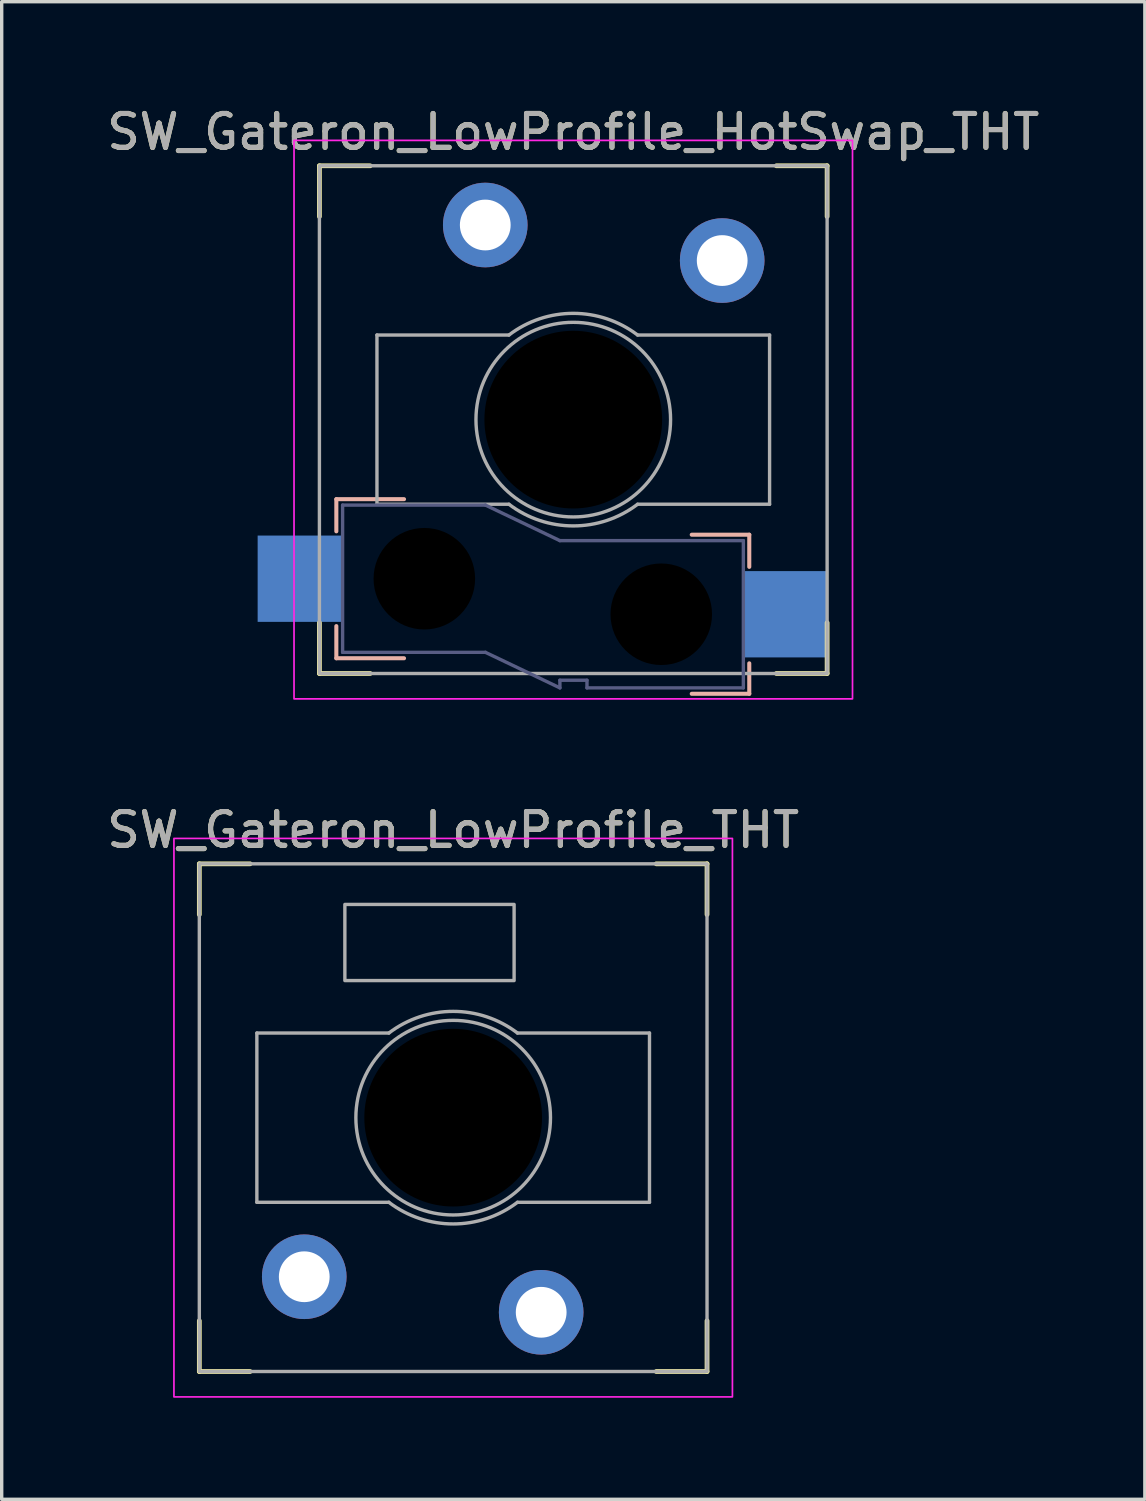
<source format=kicad_pcb>
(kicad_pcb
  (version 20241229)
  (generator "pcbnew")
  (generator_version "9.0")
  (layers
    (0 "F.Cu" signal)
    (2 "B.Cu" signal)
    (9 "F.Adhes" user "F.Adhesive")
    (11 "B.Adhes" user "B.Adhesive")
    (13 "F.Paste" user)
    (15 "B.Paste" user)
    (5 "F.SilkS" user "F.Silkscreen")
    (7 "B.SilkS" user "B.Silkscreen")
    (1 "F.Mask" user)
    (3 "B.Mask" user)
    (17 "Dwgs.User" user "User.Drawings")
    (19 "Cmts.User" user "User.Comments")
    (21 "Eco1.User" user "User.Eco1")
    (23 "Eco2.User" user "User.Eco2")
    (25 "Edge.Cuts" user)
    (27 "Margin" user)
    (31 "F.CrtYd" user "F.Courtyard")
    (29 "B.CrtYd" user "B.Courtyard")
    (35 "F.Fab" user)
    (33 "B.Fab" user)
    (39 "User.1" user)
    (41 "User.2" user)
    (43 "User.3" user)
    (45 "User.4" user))
  (footprint "SW_Gateron_LowProfile_THT"
    (layer "F.Cu")
    (at 10.339 29.971)
    (property "Reference" "SW_Gateron_LowProfile_THT" (at 0 -8.5 0) (unlocked yes) (layer "F.SilkS") (effects (font (size 1 1) (thickness 0.15))))
    (attr through_hole)
    (fp_line (start -7.5 -7.5) (end -7.5 -6) (stroke (width 0.14) (type solid)) (layer "F.SilkS"))
    (fp_line (start -7.5 -7.5) (end -6 -7.5) (stroke (width 0.14) (type solid)) (layer "F.SilkS"))
    (fp_line (start -7.5 7.5) (end -7.5 6) (stroke (width 0.14) (type solid)) (layer "F.SilkS"))
    (fp_line (start -7.5 7.5) (end -6 7.5) (stroke (width 0.14) (type solid)) (layer "F.SilkS"))
    (fp_line (start 7.5 -7.5) (end 6 -7.5) (stroke (width 0.14) (type solid)) (layer "F.SilkS"))
    (fp_line (start 7.5 -7.5) (end 7.5 -6) (stroke (width 0.14) (type solid)) (layer "F.SilkS"))
    (fp_line (start 7.5 7.5) (end 6 7.5) (stroke (width 0.14) (type solid)) (layer "F.SilkS"))
    (fp_line (start 7.5 7.5) (end 7.5 6) (stroke (width 0.14) (type solid)) (layer "F.SilkS"))
    (fp_rect (start -8.25 8.25) (end 8.25 -8.25) (stroke (width 0.05) (type solid)) (fill no) (layer "F.CrtYd"))
    (fp_line (start -5.8 -2.5) (end -1.9 -2.5) (stroke (width 0.1) (type default)) (layer "F.Fab"))
    (fp_line (start -5.8 2.5) (end -5.8 -2.5) (stroke (width 0.1) (type default)) (layer "F.Fab"))
    (fp_line (start -1.9 2.5) (end -5.8 2.5) (stroke (width 0.1) (type default)) (layer "F.Fab"))
    (fp_line (start 1.9 -2.5) (end 5.8 -2.5) (stroke (width 0.1) (type default)) (layer "F.Fab"))
    (fp_line (start 5.8 -2.5) (end 5.8 2.5) (stroke (width 0.1) (type default)) (layer "F.Fab"))
    (fp_line (start 5.8 2.5) (end 1.9 2.5) (stroke (width 0.1) (type default)) (layer "F.Fab"))
    (fp_rect (start -7.5 7.5) (end 7.5 -7.5) (stroke (width 0.1) (type solid)) (fill no) (layer "F.Fab"))
    (fp_rect (start -3.2 -6.3) (end 1.8 -4.05) (stroke (width 0.1) (type default)) (fill no) (layer "F.Fab"))
    (fp_arc (start -1.9 -2.499999) (mid 0 -3.140063) (end 1.9 -2.499999) (stroke (width 0.1) (type default)) (layer "F.Fab"))
    (fp_arc (start 1.9 2.499999) (mid 0 3.140063) (end -1.9 2.499999) (stroke (width 0.1) (type default)) (layer "F.Fab"))
    (fp_circle (center 0 0) (end 2.875 0) (stroke (width 0.1) (type default)) (fill no) (layer "F.Fab"))
    (fp_poly (pts (xy -2.05 -0.64) (xy -0.6 -0.64) (xy -0.6 -2) (xy 0.5 -2) (xy 0.5 -0.64) (xy 1.95 -0.64) (xy 1.95 0.64) (xy 0.5 0.64) (xy 0.5 2) (xy -0.6 2) (xy -0.6 0.64) (xy -2.05 0.64)) (stroke (width 0.1) (type solid)) (fill no) (layer "F.Fab"))
    (fp_text user "${REFERENCE}" (at 0 -8.5 0) (unlocked yes) (layer "F.Fab") (effects (font (size 1 1) (thickness 0.15))))
    (pad "" np_thru_hole circle (at 0 0 180) (size 5.25 5.25) (drill 5.25) (layers "*.Mask"))
    (pad "1" thru_hole circle (at -4.4 4.7 180) (size 2.5 2.5) (drill 1.5) (layers "*.Cu" "B.Mask"))
    (pad "2" thru_hole circle (at 2.6 5.75 180) (size 2.5 2.5) (drill 1.5) (layers "*.Cu" "B.Mask")))
  (footprint "SW_Gateron_LowProfile_HotSwap_THT"
    (layer "F.Cu")
    (at 13.887 9.348)
    (property "Reference" "SW_Gateron_LowProfile_HotSwap_THT" (at 0 -8.5 0) (unlocked yes) (layer "F.SilkS") (effects (font (size 1 1) (thickness 0.15))))
    (attr through_hole)
    (fp_line (start -7.5 -7.5) (end -7.5 -6) (stroke (width 0.14) (type solid)) (layer "F.SilkS"))
    (fp_line (start -7.5 -7.5) (end -6 -7.5) (stroke (width 0.14) (type solid)) (layer "F.SilkS"))
    (fp_line (start -7.5 7.5) (end -7.5 6) (stroke (width 0.14) (type solid)) (layer "F.SilkS"))
    (fp_line (start -7.5 7.5) (end -6 7.5) (stroke (width 0.14) (type solid)) (layer "F.SilkS"))
    (fp_line (start 7.5 -7.5) (end 6 -7.5) (stroke (width 0.14) (type solid)) (layer "F.SilkS"))
    (fp_line (start 7.5 -7.5) (end 7.5 -6) (stroke (width 0.14) (type solid)) (layer "F.SilkS"))
    (fp_line (start 7.5 7.5) (end 6 7.5) (stroke (width 0.14) (type solid)) (layer "F.SilkS"))
    (fp_line (start 7.5 7.5) (end 7.5 6) (stroke (width 0.14) (type solid)) (layer "F.SilkS"))
    (fp_line (start -7 2.35) (end -7 3.3) (stroke (width 0.12) (type solid)) (layer "B.SilkS"))
    (fp_line (start -7 2.35) (end -5 2.35) (stroke (width 0.12) (type solid)) (layer "B.SilkS"))
    (fp_line (start -7 7.05) (end -7 6.1) (stroke (width 0.12) (type solid)) (layer "B.SilkS"))
    (fp_line (start -7 7.05) (end -5 7.05) (stroke (width 0.12) (type solid)) (layer "B.SilkS"))
    (fp_line (start 5.2 3.4) (end 3.5 3.4) (stroke (width 0.12) (type solid)) (layer "B.SilkS"))
    (fp_line (start 5.2 3.4) (end 5.2 4.35) (stroke (width 0.12) (type solid)) (layer "B.SilkS"))
    (fp_line (start 5.2 8.1) (end 3.5 8.1) (stroke (width 0.12) (type solid)) (layer "B.SilkS"))
    (fp_line (start 5.2 8.1) (end 5.2 7.2) (stroke (width 0.12) (type solid)) (layer "B.SilkS"))
    (fp_rect (start 8.25 -8.25) (end -8.25 8.25) (stroke (width 0.05) (type solid)) (fill no) (layer "F.CrtYd"))
    (fp_line (start -6.815 2.525) (end -6.815 6.875) (stroke (width 0.1) (type solid)) (layer "B.Fab"))
    (fp_line (start -6.815 2.525) (end -2.595 2.525) (stroke (width 0.1) (type solid)) (layer "B.Fab"))
    (fp_line (start -6.815 6.875) (end -2.595 6.875) (stroke (width 0.1) (type solid)) (layer "B.Fab"))
    (fp_line (start -2.595 2.525) (end -0.395 3.575) (stroke (width 0.1) (type solid)) (layer "B.Fab"))
    (fp_line (start -2.595 6.875) (end -0.395 7.925) (stroke (width 0.1) (type solid)) (layer "B.Fab"))
    (fp_line (start -0.395 7.7) (end -0.395 7.925) (stroke (width 0.1) (type solid)) (layer "B.Fab"))
    (fp_line (start 0.405 7.7) (end -0.395 7.7) (stroke (width 0.1) (type solid)) (layer "B.Fab"))
    (fp_line (start 0.405 7.925) (end 0.405 7.7) (stroke (width 0.1) (type solid)) (layer "B.Fab"))
    (fp_line (start 5.025 3.575) (end -0.395 3.575) (stroke (width 0.1) (type solid)) (layer "B.Fab"))
    (fp_line (start 5.025 3.575) (end 5.025 7.925) (stroke (width 0.1) (type solid)) (layer "B.Fab"))
    (fp_line (start 5.025 7.925) (end 0.405 7.925) (stroke (width 0.1) (type solid)) (layer "B.Fab"))
    (fp_line (start -5.8 -2.5) (end -1.9 -2.5) (stroke (width 0.1) (type default)) (layer "F.Fab"))
    (fp_line (start -5.8 2.5) (end -5.8 -2.5) (stroke (width 0.1) (type default)) (layer "F.Fab"))
    (fp_line (start -1.9 2.5) (end -5.8 2.5) (stroke (width 0.1) (type default)) (layer "F.Fab"))
    (fp_line (start 1.9 -2.5) (end 5.8 -2.5) (stroke (width 0.1) (type default)) (layer "F.Fab"))
    (fp_line (start 5.8 -2.5) (end 5.8 2.5) (stroke (width 0.1) (type default)) (layer "F.Fab"))
    (fp_line (start 5.8 2.5) (end 1.9 2.5) (stroke (width 0.1) (type default)) (layer "F.Fab"))
    (fp_rect (start 7.5 -7.5) (end -7.5 7.5) (stroke (width 0.1) (type solid)) (fill no) (layer "F.Fab"))
    (fp_arc (start -1.9 -2.499999) (mid 0 -3.140063) (end 1.9 -2.499999) (stroke (width 0.1) (type default)) (layer "F.Fab"))
    (fp_arc (start 1.9 2.499999) (mid 0 3.140063) (end -1.9 2.499999) (stroke (width 0.1) (type default)) (layer "F.Fab"))
    (fp_circle (center 0 0) (end 2.875 0) (stroke (width 0.1) (type default)) (fill no) (layer "F.Fab"))
    (fp_poly (pts (xy -2.05 -0.64) (xy -0.6 -0.64) (xy -0.6 -2) (xy 0.5 -2) (xy 0.5 -0.64) (xy 1.95 -0.64) (xy 1.95 0.64) (xy 0.5 0.64) (xy 0.5 2) (xy -0.6 2) (xy -0.6 0.64) (xy -2.05 0.64)) (stroke (width 0.1) (type solid)) (fill no) (layer "F.Fab"))
    (fp_text user "${REFERENCE}" (at 0 -8.5 0) (unlocked yes) (layer "F.Fab") (effects (font (size 1 1) (thickness 0.15))))
    (pad "" np_thru_hole circle (at -4.4 4.7) (size 3 3) (drill 3) (layers "*.Mask"))
    (pad "" np_thru_hole circle (at 0 0) (size 5.25 5.25) (drill 5.25) (layers "*.Mask"))
    (pad "" np_thru_hole circle (at 2.6 5.75) (size 3 3) (drill 3) (layers "*.Mask"))
    (pad "1" smd rect (at -8.075 4.7) (size 2.5 2.55) (layers "B.Cu" "B.Mask" "B.Paste"))
    (pad "1" thru_hole circle (at -2.6 -5.75) (size 2.5 2.5) (drill 1.5) (layers "*.Cu" "B.Mask"))
    (pad "2" thru_hole circle (at 4.4 -4.7) (size 2.5 2.5) (drill 1.5) (layers "*.Cu" "B.Mask"))
    (pad "2" smd rect (at 6.275 5.75) (size 2.5 2.55) (layers "B.Cu" "B.Mask" "B.Paste")))
  (gr_rect
    (start -3 -3)
    (end 30.774 41.246)
    (stroke (width 0.1) (type default))
    (fill no)
    (layer "Edge.Cuts")))
</source>
